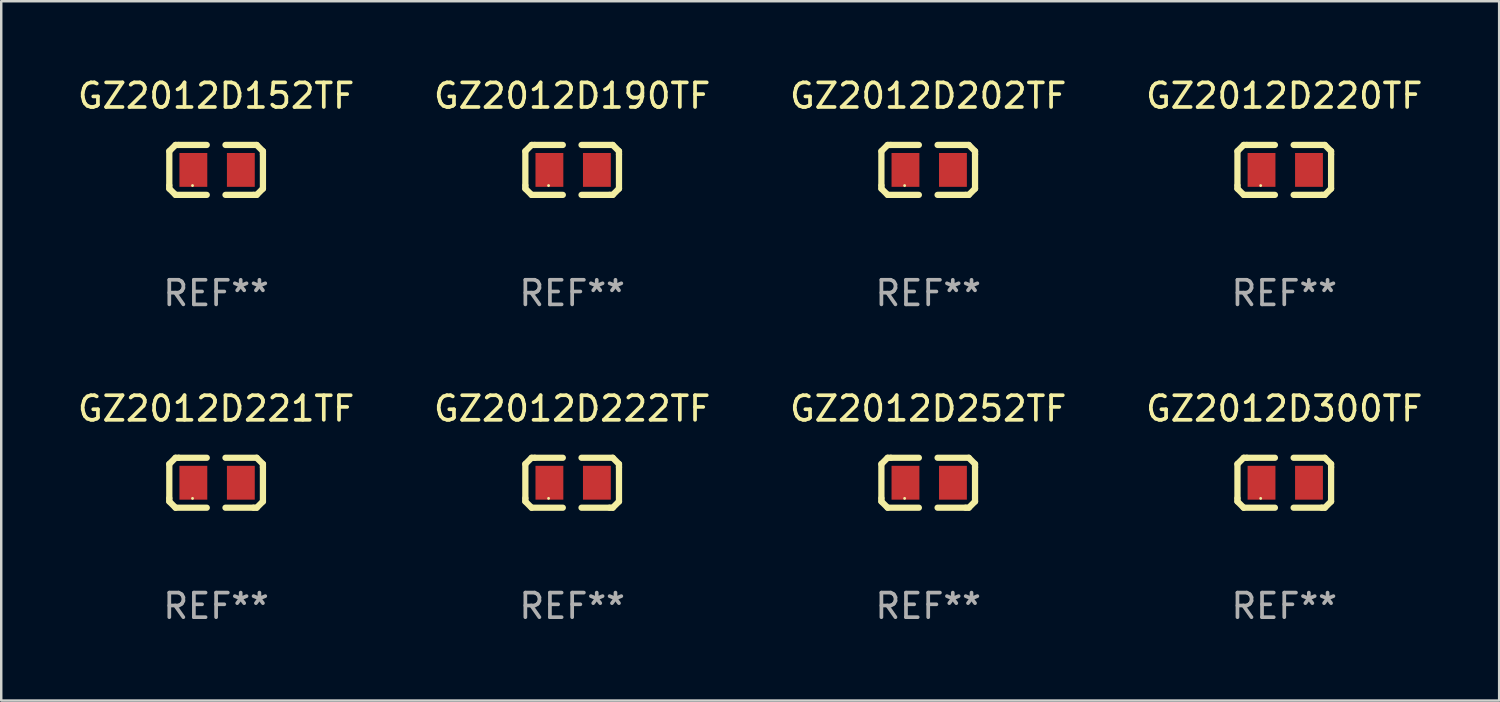
<source format=kicad_pcb>
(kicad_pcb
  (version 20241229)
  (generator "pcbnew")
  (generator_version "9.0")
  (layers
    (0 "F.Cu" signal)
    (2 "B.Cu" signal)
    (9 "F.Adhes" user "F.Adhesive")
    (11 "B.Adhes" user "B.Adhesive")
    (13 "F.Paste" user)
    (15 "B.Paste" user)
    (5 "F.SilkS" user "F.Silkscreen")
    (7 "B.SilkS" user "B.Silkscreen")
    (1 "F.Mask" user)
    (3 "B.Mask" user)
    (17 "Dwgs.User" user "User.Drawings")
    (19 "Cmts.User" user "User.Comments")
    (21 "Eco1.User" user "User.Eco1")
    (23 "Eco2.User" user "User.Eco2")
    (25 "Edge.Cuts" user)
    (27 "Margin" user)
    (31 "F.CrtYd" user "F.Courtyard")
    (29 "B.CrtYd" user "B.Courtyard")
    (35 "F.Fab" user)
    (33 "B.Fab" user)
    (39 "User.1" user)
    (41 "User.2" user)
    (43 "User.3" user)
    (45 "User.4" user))
  (footprint "GZ2012D300TF"
    (layer "F.Cu")
    (at 49.208 16.593)
    (property "Reference" "GZ2012D300TF" (at 0 -3.016 0) (layer "F.SilkS") (effects (font (size 1 1) (thickness 0.15))))
    (attr through_hole)
    (fp_line (start -1.905 -0.762) (end -1.905 0.635) (stroke (width 0.254) (type solid)) (layer "F.SilkS"))
    (fp_line (start -1.905 0.635) (end -1.905 0.762) (stroke (width 0.254) (type solid)) (layer "F.SilkS"))
    (fp_line (start -1.905 0.762) (end -1.651 1.016) (stroke (width 0.254) (type solid)) (layer "F.SilkS"))
    (fp_line (start -1.651 -1.016) (end -1.905 -0.762) (stroke (width 0.254) (type solid)) (layer "F.SilkS"))
    (fp_line (start -1.651 1.016) (end -0.381 1.016) (stroke (width 0.254) (type solid)) (layer "F.SilkS"))
    (fp_line (start -1.524 -1.016) (end -1.651 -1.016) (stroke (width 0.254) (type solid)) (layer "F.SilkS"))
    (fp_line (start -0.381 -1.016) (end -1.524 -1.016) (stroke (width 0.254) (type solid)) (layer "F.SilkS"))
    (fp_line (start 0.381 1.016) (end 1.524 1.016) (stroke (width 0.254) (type solid)) (layer "F.SilkS"))
    (fp_line (start 1.524 1.016) (end 1.651 1.016) (stroke (width 0.254) (type solid)) (layer "F.SilkS"))
    (fp_line (start 1.651 -1.016) (end 0.381 -1.016) (stroke (width 0.254) (type solid)) (layer "F.SilkS"))
    (fp_line (start 1.651 1.016) (end 1.905 0.762) (stroke (width 0.254) (type solid)) (layer "F.SilkS"))
    (fp_line (start 1.905 -0.762) (end 1.651 -1.016) (stroke (width 0.254) (type solid)) (layer "F.SilkS"))
    (fp_line (start 1.905 -0.635) (end 1.905 -0.762) (stroke (width 0.254) (type solid)) (layer "F.SilkS"))
    (fp_line (start 1.905 0.762) (end 1.905 -0.635) (stroke (width 0.254) (type solid)) (layer "F.SilkS"))
    (fp_circle (center -0.96 0.637) (end -0.93 0.637) (stroke (width 0.06) (type solid)) (fill no) (layer "F.SilkS"))
    (fp_text user "REF**" (at 0 5.016 0) (layer "F.Fab") (effects (font (size 1 1) (thickness 0.15))))
    (pad "1" smd rect (at -0.926 -0.000051) (size 1.133 1.377) (layers "F.Cu" "F.Mask" "F.Paste"))
    (pad "2" smd rect (at 1.006 -0.000051) (size 1.133 1.377) (layers "F.Cu" "F.Mask" "F.Paste")))
  (footprint "GZ2012D221TF"
    (layer "F.Cu")
    (at 5.744 16.593)
    (property "Reference" "GZ2012D221TF" (at 0 -3.016 0) (layer "F.SilkS") (effects (font (size 1 1) (thickness 0.15))))
    (attr through_hole)
    (fp_line (start -1.905 -0.762) (end -1.905 0.635) (stroke (width 0.254) (type solid)) (layer "F.SilkS"))
    (fp_line (start -1.905 0.635) (end -1.905 0.762) (stroke (width 0.254) (type solid)) (layer "F.SilkS"))
    (fp_line (start -1.905 0.762) (end -1.651 1.016) (stroke (width 0.254) (type solid)) (layer "F.SilkS"))
    (fp_line (start -1.651 -1.016) (end -1.905 -0.762) (stroke (width 0.254) (type solid)) (layer "F.SilkS"))
    (fp_line (start -1.651 1.016) (end -0.381 1.016) (stroke (width 0.254) (type solid)) (layer "F.SilkS"))
    (fp_line (start -1.524 -1.016) (end -1.651 -1.016) (stroke (width 0.254) (type solid)) (layer "F.SilkS"))
    (fp_line (start -0.381 -1.016) (end -1.524 -1.016) (stroke (width 0.254) (type solid)) (layer "F.SilkS"))
    (fp_line (start 0.381 1.016) (end 1.524 1.016) (stroke (width 0.254) (type solid)) (layer "F.SilkS"))
    (fp_line (start 1.524 1.016) (end 1.651 1.016) (stroke (width 0.254) (type solid)) (layer "F.SilkS"))
    (fp_line (start 1.651 -1.016) (end 0.381 -1.016) (stroke (width 0.254) (type solid)) (layer "F.SilkS"))
    (fp_line (start 1.651 1.016) (end 1.905 0.762) (stroke (width 0.254) (type solid)) (layer "F.SilkS"))
    (fp_line (start 1.905 -0.762) (end 1.651 -1.016) (stroke (width 0.254) (type solid)) (layer "F.SilkS"))
    (fp_line (start 1.905 -0.635) (end 1.905 -0.762) (stroke (width 0.254) (type solid)) (layer "F.SilkS"))
    (fp_line (start 1.905 0.762) (end 1.905 -0.635) (stroke (width 0.254) (type solid)) (layer "F.SilkS"))
    (fp_circle (center -0.96 0.637) (end -0.93 0.637) (stroke (width 0.06) (type solid)) (fill no) (layer "F.SilkS"))
    (fp_text user "REF**" (at 0 5.016 0) (layer "F.Fab") (effects (font (size 1 1) (thickness 0.15))))
    (pad "1" smd rect (at -0.926 -0.000051) (size 1.133 1.377) (layers "F.Cu" "F.Mask" "F.Paste"))
    (pad "2" smd rect (at 1.006 -0.000051) (size 1.133 1.377) (layers "F.Cu" "F.Mask" "F.Paste")))
  (footprint "GZ2012D222TF"
    (layer "F.Cu")
    (at 20.232 16.593)
    (property "Reference" "GZ2012D222TF" (at 0 -3.016 0) (layer "F.SilkS") (effects (font (size 1 1) (thickness 0.15))))
    (attr through_hole)
    (fp_line (start -1.905 -0.762) (end -1.905 0.635) (stroke (width 0.254) (type solid)) (layer "F.SilkS"))
    (fp_line (start -1.905 0.635) (end -1.905 0.762) (stroke (width 0.254) (type solid)) (layer "F.SilkS"))
    (fp_line (start -1.905 0.762) (end -1.651 1.016) (stroke (width 0.254) (type solid)) (layer "F.SilkS"))
    (fp_line (start -1.651 -1.016) (end -1.905 -0.762) (stroke (width 0.254) (type solid)) (layer "F.SilkS"))
    (fp_line (start -1.651 1.016) (end -0.381 1.016) (stroke (width 0.254) (type solid)) (layer "F.SilkS"))
    (fp_line (start -1.524 -1.016) (end -1.651 -1.016) (stroke (width 0.254) (type solid)) (layer "F.SilkS"))
    (fp_line (start -0.381 -1.016) (end -1.524 -1.016) (stroke (width 0.254) (type solid)) (layer "F.SilkS"))
    (fp_line (start 0.381 1.016) (end 1.524 1.016) (stroke (width 0.254) (type solid)) (layer "F.SilkS"))
    (fp_line (start 1.524 1.016) (end 1.651 1.016) (stroke (width 0.254) (type solid)) (layer "F.SilkS"))
    (fp_line (start 1.651 -1.016) (end 0.381 -1.016) (stroke (width 0.254) (type solid)) (layer "F.SilkS"))
    (fp_line (start 1.651 1.016) (end 1.905 0.762) (stroke (width 0.254) (type solid)) (layer "F.SilkS"))
    (fp_line (start 1.905 -0.762) (end 1.651 -1.016) (stroke (width 0.254) (type solid)) (layer "F.SilkS"))
    (fp_line (start 1.905 -0.635) (end 1.905 -0.762) (stroke (width 0.254) (type solid)) (layer "F.SilkS"))
    (fp_line (start 1.905 0.762) (end 1.905 -0.635) (stroke (width 0.254) (type solid)) (layer "F.SilkS"))
    (fp_circle (center -0.96 0.637) (end -0.93 0.637) (stroke (width 0.06) (type solid)) (fill no) (layer "F.SilkS"))
    (fp_text user "REF**" (at 0 5.016 0) (layer "F.Fab") (effects (font (size 1 1) (thickness 0.15))))
    (pad "1" smd rect (at -0.926 -0.000051) (size 1.133 1.377) (layers "F.Cu" "F.Mask" "F.Paste"))
    (pad "2" smd rect (at 1.006 -0.000051) (size 1.133 1.377) (layers "F.Cu" "F.Mask" "F.Paste")))
  (footprint "GZ2012D190TF"
    (layer "F.Cu")
    (at 20.232 3.864)
    (property "Reference" "GZ2012D190TF" (at 0 -3.016 0) (layer "F.SilkS") (effects (font (size 1 1) (thickness 0.15))))
    (attr through_hole)
    (fp_line (start -1.905 -0.762) (end -1.905 0.635) (stroke (width 0.254) (type solid)) (layer "F.SilkS"))
    (fp_line (start -1.905 0.635) (end -1.905 0.762) (stroke (width 0.254) (type solid)) (layer "F.SilkS"))
    (fp_line (start -1.905 0.762) (end -1.651 1.016) (stroke (width 0.254) (type solid)) (layer "F.SilkS"))
    (fp_line (start -1.651 -1.016) (end -1.905 -0.762) (stroke (width 0.254) (type solid)) (layer "F.SilkS"))
    (fp_line (start -1.651 1.016) (end -0.381 1.016) (stroke (width 0.254) (type solid)) (layer "F.SilkS"))
    (fp_line (start -1.524 -1.016) (end -1.651 -1.016) (stroke (width 0.254) (type solid)) (layer "F.SilkS"))
    (fp_line (start -0.381 -1.016) (end -1.524 -1.016) (stroke (width 0.254) (type solid)) (layer "F.SilkS"))
    (fp_line (start 0.381 1.016) (end 1.524 1.016) (stroke (width 0.254) (type solid)) (layer "F.SilkS"))
    (fp_line (start 1.524 1.016) (end 1.651 1.016) (stroke (width 0.254) (type solid)) (layer "F.SilkS"))
    (fp_line (start 1.651 -1.016) (end 0.381 -1.016) (stroke (width 0.254) (type solid)) (layer "F.SilkS"))
    (fp_line (start 1.651 1.016) (end 1.905 0.762) (stroke (width 0.254) (type solid)) (layer "F.SilkS"))
    (fp_line (start 1.905 -0.762) (end 1.651 -1.016) (stroke (width 0.254) (type solid)) (layer "F.SilkS"))
    (fp_line (start 1.905 -0.635) (end 1.905 -0.762) (stroke (width 0.254) (type solid)) (layer "F.SilkS"))
    (fp_line (start 1.905 0.762) (end 1.905 -0.635) (stroke (width 0.254) (type solid)) (layer "F.SilkS"))
    (fp_circle (center -0.96 0.637) (end -0.93 0.637) (stroke (width 0.06) (type solid)) (fill no) (layer "F.SilkS"))
    (fp_text user "REF**" (at 0 5.016 0) (layer "F.Fab") (effects (font (size 1 1) (thickness 0.15))))
    (pad "1" smd rect (at -0.926 -0.000051) (size 1.133 1.377) (layers "F.Cu" "F.Mask" "F.Paste"))
    (pad "2" smd rect (at 1.006 -0.000051) (size 1.133 1.377) (layers "F.Cu" "F.Mask" "F.Paste")))
  (footprint "GZ2012D252TF"
    (layer "F.Cu")
    (at 34.72 16.593)
    (property "Reference" "GZ2012D252TF" (at 0 -3.016 0) (layer "F.SilkS") (effects (font (size 1 1) (thickness 0.15))))
    (attr through_hole)
    (fp_line (start -1.905 -0.762) (end -1.905 0.635) (stroke (width 0.254) (type solid)) (layer "F.SilkS"))
    (fp_line (start -1.905 0.635) (end -1.905 0.762) (stroke (width 0.254) (type solid)) (layer "F.SilkS"))
    (fp_line (start -1.905 0.762) (end -1.651 1.016) (stroke (width 0.254) (type solid)) (layer "F.SilkS"))
    (fp_line (start -1.651 -1.016) (end -1.905 -0.762) (stroke (width 0.254) (type solid)) (layer "F.SilkS"))
    (fp_line (start -1.651 1.016) (end -0.381 1.016) (stroke (width 0.254) (type solid)) (layer "F.SilkS"))
    (fp_line (start -1.524 -1.016) (end -1.651 -1.016) (stroke (width 0.254) (type solid)) (layer "F.SilkS"))
    (fp_line (start -0.381 -1.016) (end -1.524 -1.016) (stroke (width 0.254) (type solid)) (layer "F.SilkS"))
    (fp_line (start 0.381 1.016) (end 1.524 1.016) (stroke (width 0.254) (type solid)) (layer "F.SilkS"))
    (fp_line (start 1.524 1.016) (end 1.651 1.016) (stroke (width 0.254) (type solid)) (layer "F.SilkS"))
    (fp_line (start 1.651 -1.016) (end 0.381 -1.016) (stroke (width 0.254) (type solid)) (layer "F.SilkS"))
    (fp_line (start 1.651 1.016) (end 1.905 0.762) (stroke (width 0.254) (type solid)) (layer "F.SilkS"))
    (fp_line (start 1.905 -0.762) (end 1.651 -1.016) (stroke (width 0.254) (type solid)) (layer "F.SilkS"))
    (fp_line (start 1.905 -0.635) (end 1.905 -0.762) (stroke (width 0.254) (type solid)) (layer "F.SilkS"))
    (fp_line (start 1.905 0.762) (end 1.905 -0.635) (stroke (width 0.254) (type solid)) (layer "F.SilkS"))
    (fp_circle (center -0.96 0.637) (end -0.93 0.637) (stroke (width 0.06) (type solid)) (fill no) (layer "F.SilkS"))
    (fp_text user "REF**" (at 0 5.016 0) (layer "F.Fab") (effects (font (size 1 1) (thickness 0.15))))
    (pad "1" smd rect (at -0.926 -0.000051) (size 1.133 1.377) (layers "F.Cu" "F.Mask" "F.Paste"))
    (pad "2" smd rect (at 1.006 -0.000051) (size 1.133 1.377) (layers "F.Cu" "F.Mask" "F.Paste")))
  (footprint "GZ2012D152TF"
    (layer "F.Cu")
    (at 5.744 3.864)
    (property "Reference" "GZ2012D152TF" (at 0 -3.016 0) (layer "F.SilkS") (effects (font (size 1 1) (thickness 0.15))))
    (attr through_hole)
    (fp_line (start -1.905 -0.762) (end -1.905 0.635) (stroke (width 0.254) (type solid)) (layer "F.SilkS"))
    (fp_line (start -1.905 0.635) (end -1.905 0.762) (stroke (width 0.254) (type solid)) (layer "F.SilkS"))
    (fp_line (start -1.905 0.762) (end -1.651 1.016) (stroke (width 0.254) (type solid)) (layer "F.SilkS"))
    (fp_line (start -1.651 -1.016) (end -1.905 -0.762) (stroke (width 0.254) (type solid)) (layer "F.SilkS"))
    (fp_line (start -1.651 1.016) (end -0.381 1.016) (stroke (width 0.254) (type solid)) (layer "F.SilkS"))
    (fp_line (start -1.524 -1.016) (end -1.651 -1.016) (stroke (width 0.254) (type solid)) (layer "F.SilkS"))
    (fp_line (start -0.381 -1.016) (end -1.524 -1.016) (stroke (width 0.254) (type solid)) (layer "F.SilkS"))
    (fp_line (start 0.381 1.016) (end 1.524 1.016) (stroke (width 0.254) (type solid)) (layer "F.SilkS"))
    (fp_line (start 1.524 1.016) (end 1.651 1.016) (stroke (width 0.254) (type solid)) (layer "F.SilkS"))
    (fp_line (start 1.651 -1.016) (end 0.381 -1.016) (stroke (width 0.254) (type solid)) (layer "F.SilkS"))
    (fp_line (start 1.651 1.016) (end 1.905 0.762) (stroke (width 0.254) (type solid)) (layer "F.SilkS"))
    (fp_line (start 1.905 -0.762) (end 1.651 -1.016) (stroke (width 0.254) (type solid)) (layer "F.SilkS"))
    (fp_line (start 1.905 -0.635) (end 1.905 -0.762) (stroke (width 0.254) (type solid)) (layer "F.SilkS"))
    (fp_line (start 1.905 0.762) (end 1.905 -0.635) (stroke (width 0.254) (type solid)) (layer "F.SilkS"))
    (fp_circle (center -0.96 0.637) (end -0.93 0.637) (stroke (width 0.06) (type solid)) (fill no) (layer "F.SilkS"))
    (fp_text user "REF**" (at 0 5.016 0) (layer "F.Fab") (effects (font (size 1 1) (thickness 0.15))))
    (pad "1" smd rect (at -0.926 -0.000051) (size 1.133 1.377) (layers "F.Cu" "F.Mask" "F.Paste"))
    (pad "2" smd rect (at 1.006 -0.000051) (size 1.133 1.377) (layers "F.Cu" "F.Mask" "F.Paste")))
  (footprint "GZ2012D202TF"
    (layer "F.Cu")
    (at 34.72 3.864)
    (property "Reference" "GZ2012D202TF" (at 0 -3.016 0) (layer "F.SilkS") (effects (font (size 1 1) (thickness 0.15))))
    (attr through_hole)
    (fp_line (start -1.905 -0.762) (end -1.905 0.635) (stroke (width 0.254) (type solid)) (layer "F.SilkS"))
    (fp_line (start -1.905 0.635) (end -1.905 0.762) (stroke (width 0.254) (type solid)) (layer "F.SilkS"))
    (fp_line (start -1.905 0.762) (end -1.651 1.016) (stroke (width 0.254) (type solid)) (layer "F.SilkS"))
    (fp_line (start -1.651 -1.016) (end -1.905 -0.762) (stroke (width 0.254) (type solid)) (layer "F.SilkS"))
    (fp_line (start -1.651 1.016) (end -0.381 1.016) (stroke (width 0.254) (type solid)) (layer "F.SilkS"))
    (fp_line (start -1.524 -1.016) (end -1.651 -1.016) (stroke (width 0.254) (type solid)) (layer "F.SilkS"))
    (fp_line (start -0.381 -1.016) (end -1.524 -1.016) (stroke (width 0.254) (type solid)) (layer "F.SilkS"))
    (fp_line (start 0.381 1.016) (end 1.524 1.016) (stroke (width 0.254) (type solid)) (layer "F.SilkS"))
    (fp_line (start 1.524 1.016) (end 1.651 1.016) (stroke (width 0.254) (type solid)) (layer "F.SilkS"))
    (fp_line (start 1.651 -1.016) (end 0.381 -1.016) (stroke (width 0.254) (type solid)) (layer "F.SilkS"))
    (fp_line (start 1.651 1.016) (end 1.905 0.762) (stroke (width 0.254) (type solid)) (layer "F.SilkS"))
    (fp_line (start 1.905 -0.762) (end 1.651 -1.016) (stroke (width 0.254) (type solid)) (layer "F.SilkS"))
    (fp_line (start 1.905 -0.635) (end 1.905 -0.762) (stroke (width 0.254) (type solid)) (layer "F.SilkS"))
    (fp_line (start 1.905 0.762) (end 1.905 -0.635) (stroke (width 0.254) (type solid)) (layer "F.SilkS"))
    (fp_circle (center -0.96 0.637) (end -0.93 0.637) (stroke (width 0.06) (type solid)) (fill no) (layer "F.SilkS"))
    (fp_text user "REF**" (at 0 5.016 0) (layer "F.Fab") (effects (font (size 1 1) (thickness 0.15))))
    (pad "1" smd rect (at -0.926 -0.000051) (size 1.133 1.377) (layers "F.Cu" "F.Mask" "F.Paste"))
    (pad "2" smd rect (at 1.006 -0.000051) (size 1.133 1.377) (layers "F.Cu" "F.Mask" "F.Paste")))
  (footprint "GZ2012D220TF"
    (layer "F.Cu")
    (at 49.208 3.864)
    (property "Reference" "GZ2012D220TF" (at 0 -3.016 0) (layer "F.SilkS") (effects (font (size 1 1) (thickness 0.15))))
    (attr through_hole)
    (fp_line (start -1.905 -0.762) (end -1.905 0.635) (stroke (width 0.254) (type solid)) (layer "F.SilkS"))
    (fp_line (start -1.905 0.635) (end -1.905 0.762) (stroke (width 0.254) (type solid)) (layer "F.SilkS"))
    (fp_line (start -1.905 0.762) (end -1.651 1.016) (stroke (width 0.254) (type solid)) (layer "F.SilkS"))
    (fp_line (start -1.651 -1.016) (end -1.905 -0.762) (stroke (width 0.254) (type solid)) (layer "F.SilkS"))
    (fp_line (start -1.651 1.016) (end -0.381 1.016) (stroke (width 0.254) (type solid)) (layer "F.SilkS"))
    (fp_line (start -1.524 -1.016) (end -1.651 -1.016) (stroke (width 0.254) (type solid)) (layer "F.SilkS"))
    (fp_line (start -0.381 -1.016) (end -1.524 -1.016) (stroke (width 0.254) (type solid)) (layer "F.SilkS"))
    (fp_line (start 0.381 1.016) (end 1.524 1.016) (stroke (width 0.254) (type solid)) (layer "F.SilkS"))
    (fp_line (start 1.524 1.016) (end 1.651 1.016) (stroke (width 0.254) (type solid)) (layer "F.SilkS"))
    (fp_line (start 1.651 -1.016) (end 0.381 -1.016) (stroke (width 0.254) (type solid)) (layer "F.SilkS"))
    (fp_line (start 1.651 1.016) (end 1.905 0.762) (stroke (width 0.254) (type solid)) (layer "F.SilkS"))
    (fp_line (start 1.905 -0.762) (end 1.651 -1.016) (stroke (width 0.254) (type solid)) (layer "F.SilkS"))
    (fp_line (start 1.905 -0.635) (end 1.905 -0.762) (stroke (width 0.254) (type solid)) (layer "F.SilkS"))
    (fp_line (start 1.905 0.762) (end 1.905 -0.635) (stroke (width 0.254) (type solid)) (layer "F.SilkS"))
    (fp_circle (center -0.96 0.637) (end -0.93 0.637) (stroke (width 0.06) (type solid)) (fill no) (layer "F.SilkS"))
    (fp_text user "REF**" (at 0 5.016 0) (layer "F.Fab") (effects (font (size 1 1) (thickness 0.15))))
    (pad "1" smd rect (at -0.926 -0.000051) (size 1.133 1.377) (layers "F.Cu" "F.Mask" "F.Paste"))
    (pad "2" smd rect (at 1.006 -0.000051) (size 1.133 1.377) (layers "F.Cu" "F.Mask" "F.Paste")))
  (gr_rect
    (start -3 -3)
    (end 57.952 25.457)
    (stroke (width 0.1) (type default))
    (fill no)
    (layer "Edge.Cuts")))
</source>
